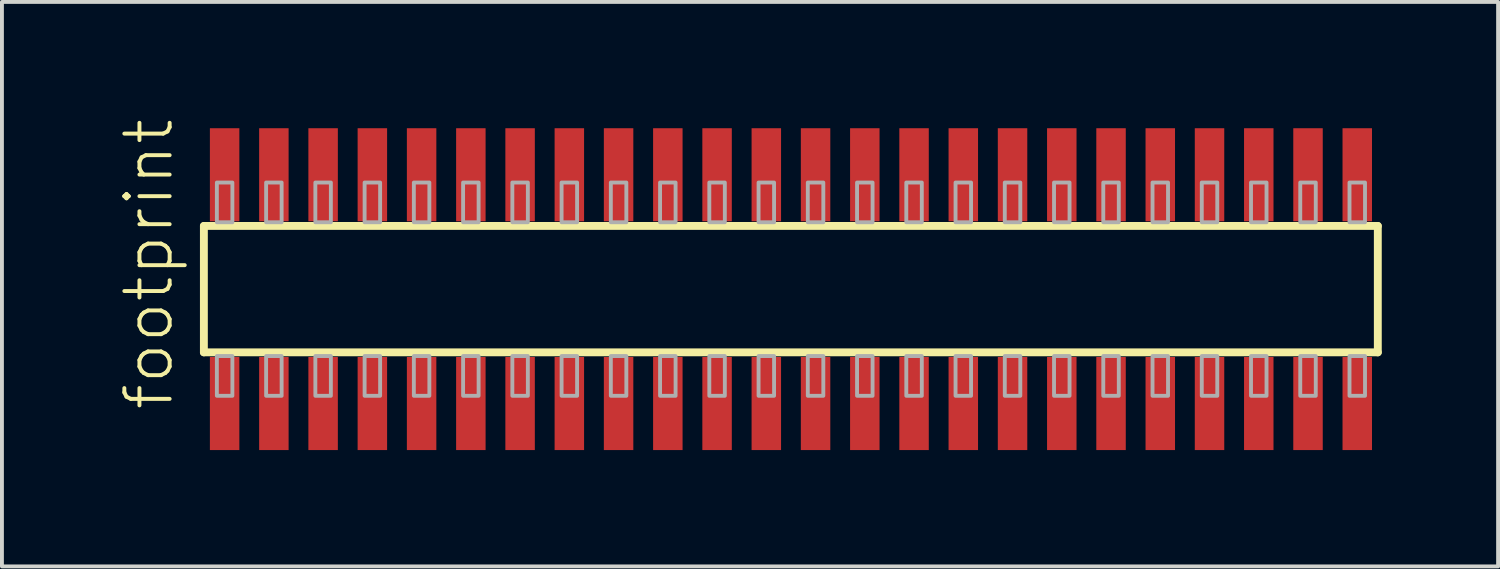
<source format=kicad_pcb>
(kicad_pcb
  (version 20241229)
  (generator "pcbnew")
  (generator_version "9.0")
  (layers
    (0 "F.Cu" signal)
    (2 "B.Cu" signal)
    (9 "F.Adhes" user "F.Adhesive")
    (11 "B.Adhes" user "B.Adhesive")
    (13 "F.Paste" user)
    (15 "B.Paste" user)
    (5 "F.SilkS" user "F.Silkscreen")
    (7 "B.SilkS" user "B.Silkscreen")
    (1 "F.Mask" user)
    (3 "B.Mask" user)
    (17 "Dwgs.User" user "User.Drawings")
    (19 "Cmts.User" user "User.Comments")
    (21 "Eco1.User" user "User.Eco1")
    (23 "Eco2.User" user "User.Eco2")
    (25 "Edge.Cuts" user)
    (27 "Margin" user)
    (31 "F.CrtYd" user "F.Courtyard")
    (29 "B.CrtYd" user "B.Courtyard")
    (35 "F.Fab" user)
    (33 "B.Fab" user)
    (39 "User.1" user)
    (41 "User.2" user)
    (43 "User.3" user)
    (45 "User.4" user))
  (footprint "footprint"
    (layer "F.Cu")
    (at 17.348 4.407)
    (property "Reference" "footprint" (at -15.875 3.175 90) (layer "F.SilkS") (effects (font (size 1.168 1.168) (thickness 0.102)) (justify left bottom)))
    (fp_line (start -15.14 -1.63) (end 15.135 -1.63) (stroke (width 0.203) (type solid)) (layer "F.SilkS"))
    (fp_line (start -15.14 1.63) (end -15.14 -1.63) (stroke (width 0.203) (type solid)) (layer "F.SilkS"))
    (fp_line (start 15.135 -1.63) (end 15.135 1.63) (stroke (width 0.203) (type solid)) (layer "F.SilkS"))
    (fp_line (start 15.135 1.63) (end -15.14 1.63) (stroke (width 0.203) (type solid)) (layer "F.SilkS"))
    (fp_poly (pts (xy -14.805 -1.725) (xy -14.405 -1.725) (xy -14.405 -2.75) (xy -14.805 -2.75)) (stroke (width 0.1) (type solid)) (fill no) (layer "F.Fab"))
    (fp_poly (pts (xy -14.405 1.725) (xy -14.805 1.725) (xy -14.805 2.75) (xy -14.405 2.75)) (stroke (width 0.1) (type solid)) (fill no) (layer "F.Fab"))
    (fp_poly (pts (xy -13.535 -1.725) (xy -13.135 -1.725) (xy -13.135 -2.75) (xy -13.535 -2.75)) (stroke (width 0.1) (type solid)) (fill no) (layer "F.Fab"))
    (fp_poly (pts (xy -13.135 1.725) (xy -13.535 1.725) (xy -13.535 2.75) (xy -13.135 2.75)) (stroke (width 0.1) (type solid)) (fill no) (layer "F.Fab"))
    (fp_poly (pts (xy -12.265 -1.725) (xy -11.865 -1.725) (xy -11.865 -2.75) (xy -12.265 -2.75)) (stroke (width 0.1) (type solid)) (fill no) (layer "F.Fab"))
    (fp_poly (pts (xy -11.865 1.725) (xy -12.265 1.725) (xy -12.265 2.75) (xy -11.865 2.75)) (stroke (width 0.1) (type solid)) (fill no) (layer "F.Fab"))
    (fp_poly (pts (xy -10.995 -1.725) (xy -10.595 -1.725) (xy -10.595 -2.75) (xy -10.995 -2.75)) (stroke (width 0.1) (type solid)) (fill no) (layer "F.Fab"))
    (fp_poly (pts (xy -10.595 1.725) (xy -10.995 1.725) (xy -10.995 2.75) (xy -10.595 2.75)) (stroke (width 0.1) (type solid)) (fill no) (layer "F.Fab"))
    (fp_poly (pts (xy -9.725 -1.725) (xy -9.325 -1.725) (xy -9.325 -2.75) (xy -9.725 -2.75)) (stroke (width 0.1) (type solid)) (fill no) (layer "F.Fab"))
    (fp_poly (pts (xy -9.325 1.725) (xy -9.725 1.725) (xy -9.725 2.75) (xy -9.325 2.75)) (stroke (width 0.1) (type solid)) (fill no) (layer "F.Fab"))
    (fp_poly (pts (xy -8.455 -1.725) (xy -8.055 -1.725) (xy -8.055 -2.75) (xy -8.455 -2.75)) (stroke (width 0.1) (type solid)) (fill no) (layer "F.Fab"))
    (fp_poly (pts (xy -8.055 1.725) (xy -8.455 1.725) (xy -8.455 2.75) (xy -8.055 2.75)) (stroke (width 0.1) (type solid)) (fill no) (layer "F.Fab"))
    (fp_poly (pts (xy -7.185 -1.725) (xy -6.785 -1.725) (xy -6.785 -2.75) (xy -7.185 -2.75)) (stroke (width 0.1) (type solid)) (fill no) (layer "F.Fab"))
    (fp_poly (pts (xy -6.785 1.725) (xy -7.185 1.725) (xy -7.185 2.75) (xy -6.785 2.75)) (stroke (width 0.1) (type solid)) (fill no) (layer "F.Fab"))
    (fp_poly (pts (xy -5.915 -1.725) (xy -5.515 -1.725) (xy -5.515 -2.75) (xy -5.915 -2.75)) (stroke (width 0.1) (type solid)) (fill no) (layer "F.Fab"))
    (fp_poly (pts (xy -5.515 1.725) (xy -5.915 1.725) (xy -5.915 2.75) (xy -5.515 2.75)) (stroke (width 0.1) (type solid)) (fill no) (layer "F.Fab"))
    (fp_poly (pts (xy -4.645 -1.725) (xy -4.245 -1.725) (xy -4.245 -2.75) (xy -4.645 -2.75)) (stroke (width 0.1) (type solid)) (fill no) (layer "F.Fab"))
    (fp_poly (pts (xy -4.245 1.725) (xy -4.645 1.725) (xy -4.645 2.75) (xy -4.245 2.75)) (stroke (width 0.1) (type solid)) (fill no) (layer "F.Fab"))
    (fp_poly (pts (xy -3.375 -1.725) (xy -2.975 -1.725) (xy -2.975 -2.75) (xy -3.375 -2.75)) (stroke (width 0.1) (type solid)) (fill no) (layer "F.Fab"))
    (fp_poly (pts (xy -2.975 1.725) (xy -3.375 1.725) (xy -3.375 2.75) (xy -2.975 2.75)) (stroke (width 0.1) (type solid)) (fill no) (layer "F.Fab"))
    (fp_poly (pts (xy -2.105 -1.725) (xy -1.705 -1.725) (xy -1.705 -2.75) (xy -2.105 -2.75)) (stroke (width 0.1) (type solid)) (fill no) (layer "F.Fab"))
    (fp_poly (pts (xy -1.705 1.725) (xy -2.105 1.725) (xy -2.105 2.75) (xy -1.705 2.75)) (stroke (width 0.1) (type solid)) (fill no) (layer "F.Fab"))
    (fp_poly (pts (xy -0.835 -1.725) (xy -0.435 -1.725) (xy -0.435 -2.75) (xy -0.835 -2.75)) (stroke (width 0.1) (type solid)) (fill no) (layer "F.Fab"))
    (fp_poly (pts (xy -0.435 1.725) (xy -0.835 1.725) (xy -0.835 2.75) (xy -0.435 2.75)) (stroke (width 0.1) (type solid)) (fill no) (layer "F.Fab"))
    (fp_poly (pts (xy 0.435 -1.725) (xy 0.835 -1.725) (xy 0.835 -2.75) (xy 0.435 -2.75)) (stroke (width 0.1) (type solid)) (fill no) (layer "F.Fab"))
    (fp_poly (pts (xy 0.835 1.725) (xy 0.435 1.725) (xy 0.435 2.75) (xy 0.835 2.75)) (stroke (width 0.1) (type solid)) (fill no) (layer "F.Fab"))
    (fp_poly (pts (xy 1.705 -1.725) (xy 2.105 -1.725) (xy 2.105 -2.75) (xy 1.705 -2.75)) (stroke (width 0.1) (type solid)) (fill no) (layer "F.Fab"))
    (fp_poly (pts (xy 2.105 1.725) (xy 1.705 1.725) (xy 1.705 2.75) (xy 2.105 2.75)) (stroke (width 0.1) (type solid)) (fill no) (layer "F.Fab"))
    (fp_poly (pts (xy 2.975 -1.725) (xy 3.375 -1.725) (xy 3.375 -2.75) (xy 2.975 -2.75)) (stroke (width 0.1) (type solid)) (fill no) (layer "F.Fab"))
    (fp_poly (pts (xy 3.375 1.725) (xy 2.975 1.725) (xy 2.975 2.75) (xy 3.375 2.75)) (stroke (width 0.1) (type solid)) (fill no) (layer "F.Fab"))
    (fp_poly (pts (xy 4.245 -1.725) (xy 4.645 -1.725) (xy 4.645 -2.75) (xy 4.245 -2.75)) (stroke (width 0.1) (type solid)) (fill no) (layer "F.Fab"))
    (fp_poly (pts (xy 4.645 1.725) (xy 4.245 1.725) (xy 4.245 2.75) (xy 4.645 2.75)) (stroke (width 0.1) (type solid)) (fill no) (layer "F.Fab"))
    (fp_poly (pts (xy 5.515 -1.725) (xy 5.915 -1.725) (xy 5.915 -2.75) (xy 5.515 -2.75)) (stroke (width 0.1) (type solid)) (fill no) (layer "F.Fab"))
    (fp_poly (pts (xy 5.915 1.725) (xy 5.515 1.725) (xy 5.515 2.75) (xy 5.915 2.75)) (stroke (width 0.1) (type solid)) (fill no) (layer "F.Fab"))
    (fp_poly (pts (xy 6.785 -1.725) (xy 7.185 -1.725) (xy 7.185 -2.75) (xy 6.785 -2.75)) (stroke (width 0.1) (type solid)) (fill no) (layer "F.Fab"))
    (fp_poly (pts (xy 7.185 1.725) (xy 6.785 1.725) (xy 6.785 2.75) (xy 7.185 2.75)) (stroke (width 0.1) (type solid)) (fill no) (layer "F.Fab"))
    (fp_poly (pts (xy 8.055 -1.725) (xy 8.455 -1.725) (xy 8.455 -2.75) (xy 8.055 -2.75)) (stroke (width 0.1) (type solid)) (fill no) (layer "F.Fab"))
    (fp_poly (pts (xy 8.455 1.725) (xy 8.055 1.725) (xy 8.055 2.75) (xy 8.455 2.75)) (stroke (width 0.1) (type solid)) (fill no) (layer "F.Fab"))
    (fp_poly (pts (xy 9.325 -1.725) (xy 9.725 -1.725) (xy 9.725 -2.75) (xy 9.325 -2.75)) (stroke (width 0.1) (type solid)) (fill no) (layer "F.Fab"))
    (fp_poly (pts (xy 9.725 1.725) (xy 9.325 1.725) (xy 9.325 2.75) (xy 9.725 2.75)) (stroke (width 0.1) (type solid)) (fill no) (layer "F.Fab"))
    (fp_poly (pts (xy 10.595 -1.725) (xy 10.995 -1.725) (xy 10.995 -2.75) (xy 10.595 -2.75)) (stroke (width 0.1) (type solid)) (fill no) (layer "F.Fab"))
    (fp_poly (pts (xy 10.995 1.725) (xy 10.595 1.725) (xy 10.595 2.75) (xy 10.995 2.75)) (stroke (width 0.1) (type solid)) (fill no) (layer "F.Fab"))
    (fp_poly (pts (xy 11.865 -1.725) (xy 12.265 -1.725) (xy 12.265 -2.75) (xy 11.865 -2.75)) (stroke (width 0.1) (type solid)) (fill no) (layer "F.Fab"))
    (fp_poly (pts (xy 12.265 1.725) (xy 11.865 1.725) (xy 11.865 2.75) (xy 12.265 2.75)) (stroke (width 0.1) (type solid)) (fill no) (layer "F.Fab"))
    (fp_poly (pts (xy 13.135 -1.725) (xy 13.535 -1.725) (xy 13.535 -2.75) (xy 13.135 -2.75)) (stroke (width 0.1) (type solid)) (fill no) (layer "F.Fab"))
    (fp_poly (pts (xy 13.535 1.725) (xy 13.135 1.725) (xy 13.135 2.75) (xy 13.535 2.75)) (stroke (width 0.1) (type solid)) (fill no) (layer "F.Fab"))
    (fp_poly (pts (xy 14.405 -1.725) (xy 14.805 -1.725) (xy 14.805 -2.75) (xy 14.405 -2.75)) (stroke (width 0.1) (type solid)) (fill no) (layer "F.Fab"))
    (fp_poly (pts (xy 14.805 1.725) (xy 14.405 1.725) (xy 14.405 2.75) (xy 14.805 2.75)) (stroke (width 0.1) (type solid)) (fill no) (layer "F.Fab"))
    (pad "1" smd rect (at -14.605 2.95) (size 0.76 2.4) (layers "F.Cu" "F.Mask" "F.Paste"))
    (pad "2" smd rect (at -14.605 -2.95) (size 0.76 2.4) (layers "F.Cu" "F.Mask" "F.Paste"))
    (pad "3" smd rect (at -13.335 2.95) (size 0.76 2.4) (layers "F.Cu" "F.Mask" "F.Paste"))
    (pad "4" smd rect (at -13.335 -2.95) (size 0.76 2.4) (layers "F.Cu" "F.Mask" "F.Paste"))
    (pad "5" smd rect (at -12.065 2.95) (size 0.76 2.4) (layers "F.Cu" "F.Mask" "F.Paste"))
    (pad "6" smd rect (at -12.065 -2.95) (size 0.76 2.4) (layers "F.Cu" "F.Mask" "F.Paste"))
    (pad "7" smd rect (at -10.795 2.95) (size 0.76 2.4) (layers "F.Cu" "F.Mask" "F.Paste"))
    (pad "8" smd rect (at -10.795 -2.95) (size 0.76 2.4) (layers "F.Cu" "F.Mask" "F.Paste"))
    (pad "9" smd rect (at -9.525 2.95) (size 0.76 2.4) (layers "F.Cu" "F.Mask" "F.Paste"))
    (pad "10" smd rect (at -9.525 -2.95) (size 0.76 2.4) (layers "F.Cu" "F.Mask" "F.Paste"))
    (pad "11" smd rect (at -8.255 2.95) (size 0.76 2.4) (layers "F.Cu" "F.Mask" "F.Paste"))
    (pad "12" smd rect (at -8.255 -2.95) (size 0.76 2.4) (layers "F.Cu" "F.Mask" "F.Paste"))
    (pad "13" smd rect (at -6.985 2.95) (size 0.76 2.4) (layers "F.Cu" "F.Mask" "F.Paste"))
    (pad "14" smd rect (at -6.985 -2.95) (size 0.76 2.4) (layers "F.Cu" "F.Mask" "F.Paste"))
    (pad "15" smd rect (at -5.715 2.95) (size 0.76 2.4) (layers "F.Cu" "F.Mask" "F.Paste"))
    (pad "16" smd rect (at -5.715 -2.95) (size 0.76 2.4) (layers "F.Cu" "F.Mask" "F.Paste"))
    (pad "17" smd rect (at -4.445 2.95) (size 0.76 2.4) (layers "F.Cu" "F.Mask" "F.Paste"))
    (pad "18" smd rect (at -4.445 -2.95) (size 0.76 2.4) (layers "F.Cu" "F.Mask" "F.Paste"))
    (pad "19" smd rect (at -3.175 2.95) (size 0.76 2.4) (layers "F.Cu" "F.Mask" "F.Paste"))
    (pad "20" smd rect (at -3.175 -2.95) (size 0.76 2.4) (layers "F.Cu" "F.Mask" "F.Paste"))
    (pad "21" smd rect (at -1.905 2.95) (size 0.76 2.4) (layers "F.Cu" "F.Mask" "F.Paste"))
    (pad "22" smd rect (at -1.905 -2.95) (size 0.76 2.4) (layers "F.Cu" "F.Mask" "F.Paste"))
    (pad "23" smd rect (at -0.635 2.95) (size 0.76 2.4) (layers "F.Cu" "F.Mask" "F.Paste"))
    (pad "24" smd rect (at -0.635 -2.95) (size 0.76 2.4) (layers "F.Cu" "F.Mask" "F.Paste"))
    (pad "25" smd rect (at 0.635 2.95) (size 0.76 2.4) (layers "F.Cu" "F.Mask" "F.Paste"))
    (pad "26" smd rect (at 0.635 -2.95) (size 0.76 2.4) (layers "F.Cu" "F.Mask" "F.Paste"))
    (pad "27" smd rect (at 1.905 2.95) (size 0.76 2.4) (layers "F.Cu" "F.Mask" "F.Paste"))
    (pad "28" smd rect (at 1.905 -2.95) (size 0.76 2.4) (layers "F.Cu" "F.Mask" "F.Paste"))
    (pad "29" smd rect (at 3.175 2.95) (size 0.76 2.4) (layers "F.Cu" "F.Mask" "F.Paste"))
    (pad "30" smd rect (at 3.175 -2.95) (size 0.76 2.4) (layers "F.Cu" "F.Mask" "F.Paste"))
    (pad "31" smd rect (at 4.445 2.95) (size 0.76 2.4) (layers "F.Cu" "F.Mask" "F.Paste"))
    (pad "32" smd rect (at 4.445 -2.95) (size 0.76 2.4) (layers "F.Cu" "F.Mask" "F.Paste"))
    (pad "33" smd rect (at 5.715 2.95) (size 0.76 2.4) (layers "F.Cu" "F.Mask" "F.Paste"))
    (pad "34" smd rect (at 5.715 -2.95) (size 0.76 2.4) (layers "F.Cu" "F.Mask" "F.Paste"))
    (pad "35" smd rect (at 6.985 2.95) (size 0.76 2.4) (layers "F.Cu" "F.Mask" "F.Paste"))
    (pad "36" smd rect (at 6.985 -2.95) (size 0.76 2.4) (layers "F.Cu" "F.Mask" "F.Paste"))
    (pad "37" smd rect (at 8.255 2.95) (size 0.76 2.4) (layers "F.Cu" "F.Mask" "F.Paste"))
    (pad "38" smd rect (at 8.255 -2.95) (size 0.76 2.4) (layers "F.Cu" "F.Mask" "F.Paste"))
    (pad "39" smd rect (at 9.525 2.95) (size 0.76 2.4) (layers "F.Cu" "F.Mask" "F.Paste"))
    (pad "40" smd rect (at 9.525 -2.95) (size 0.76 2.4) (layers "F.Cu" "F.Mask" "F.Paste"))
    (pad "41" smd rect (at 10.795 2.95) (size 0.76 2.4) (layers "F.Cu" "F.Mask" "F.Paste"))
    (pad "42" smd rect (at 10.795 -2.95) (size 0.76 2.4) (layers "F.Cu" "F.Mask" "F.Paste"))
    (pad "43" smd rect (at 12.065 2.95) (size 0.76 2.4) (layers "F.Cu" "F.Mask" "F.Paste"))
    (pad "44" smd rect (at 12.065 -2.95) (size 0.76 2.4) (layers "F.Cu" "F.Mask" "F.Paste"))
    (pad "45" smd rect (at 13.335 2.95) (size 0.76 2.4) (layers "F.Cu" "F.Mask" "F.Paste"))
    (pad "46" smd rect (at 13.335 -2.95) (size 0.76 2.4) (layers "F.Cu" "F.Mask" "F.Paste"))
    (pad "47" smd rect (at 14.605 2.95) (size 0.76 2.4) (layers "F.Cu" "F.Mask" "F.Paste"))
    (pad "48" smd rect (at 14.605 -2.95) (size 0.76 2.4) (layers "F.Cu" "F.Mask" "F.Paste")))
  (gr_rect
    (start -3 -3)
    (end 35.585 11.557)
    (stroke (width 0.1) (type default))
    (fill no)
    (layer "Edge.Cuts")))
</source>
